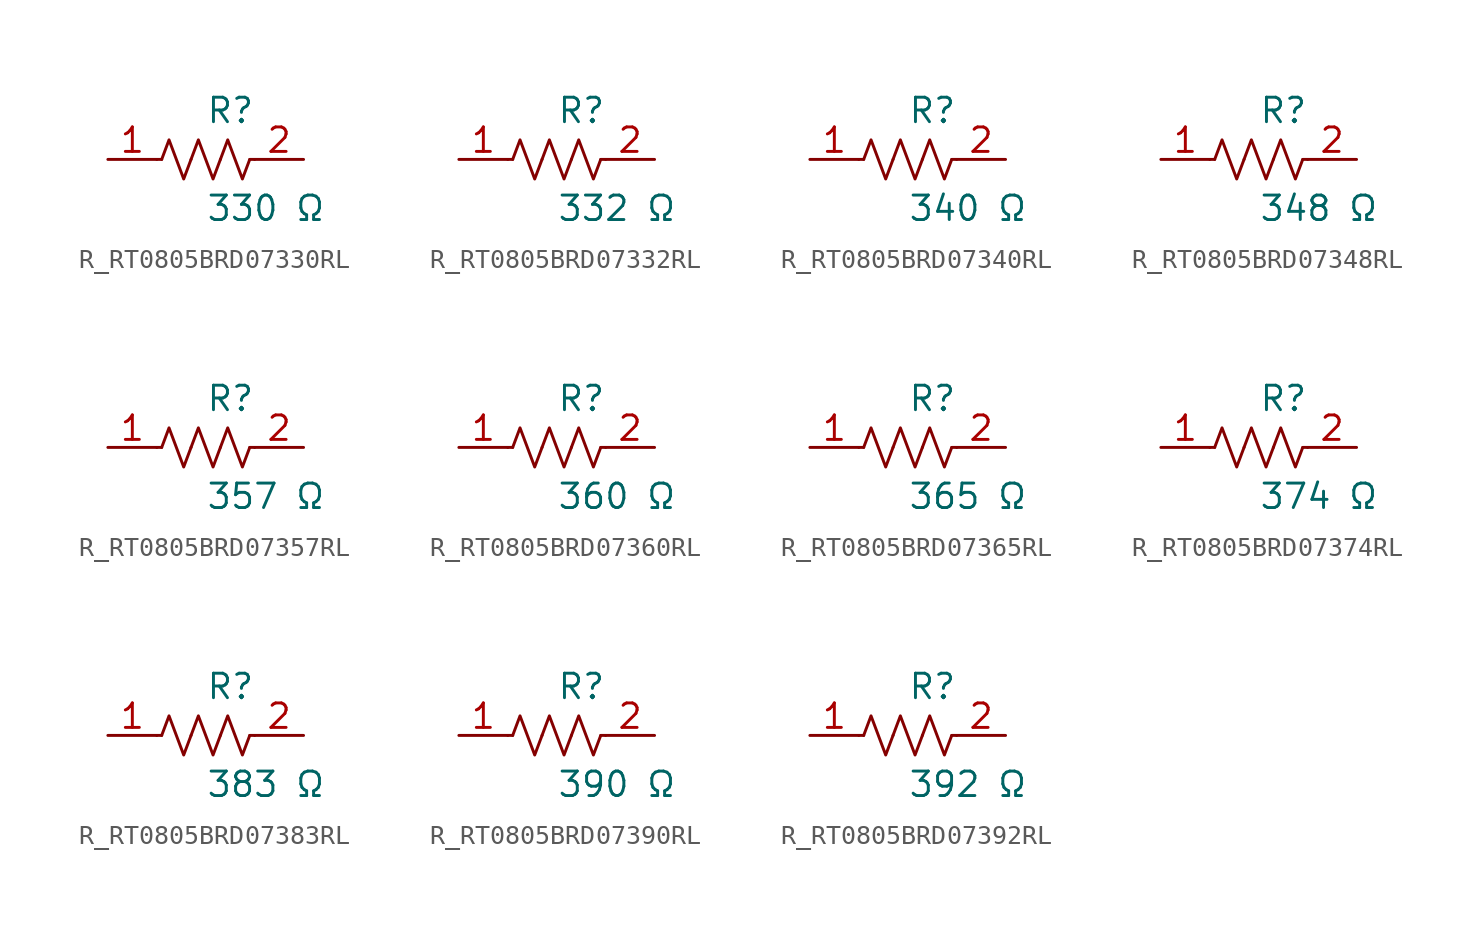
<source format=kicad_sym>
(kicad_symbol_lib
  (version 20231120)
  (generator kicad_symbol_editor)
  (generator_version 8.0)
  (symbol "R_RT0805BRD07330RL"
    (pin_names
      (offset 0.254))
    (property "Reference" "R"
      (at 0.0 2.54 0)
      (effects (font (size 1.27 1.27)) (justify left)))
    (property "Value" "330 Ω"
      (at 0.0 -2.54 0)
      (effects (font (size 1.27 1.27)) (justify left)))
    (symbol "R_RT0805BRD07330RL_0_1"
      (polyline (pts (xy 2.286 0) (xy 2.54 0)) (stroke (width 0) (type default)) (fill (type none)))
      (polyline (pts (xy -2.286 0) (xy -2.54 0)) (stroke (width 0) (type default)) (fill (type none)))
      (polyline (pts (xy 0.762 0) (xy 1.143 1.016) (xy 1.524 0) (xy 1.905 -1.016) (xy 2.286 0)) (stroke (width 0) (type default)) (fill (type none)))
      (polyline (pts (xy -0.762 0) (xy -0.381 1.016) (xy 0 0) (xy 0.381 -1.016) (xy 0.762 0)) (stroke (width 0) (type default)) (fill (type none)))
      (polyline (pts (xy -2.286 0) (xy -1.905 1.016) (xy -1.524 0) (xy -1.143 -1.016) (xy -0.762 0)) (stroke (width 0) (type default)) (fill (type none))))
    (pin unspecified line
      (at -5.08 0 0)
      (length 2.54)
      (name "" (effects (font (size 1.27 1.27))))
      (number "1" (effects (font (size 1.27 1.27)))))
    (pin unspecified line
      (at 5.08 0 180)
      (length 2.54)
      (name "" (effects (font (size 1.27 1.27))))
      (number "2" (effects (font (size 1.27 1.27))))))
  (symbol "R_RT0805BRD07332RL"
    (pin_names
      (offset 0.254))
    (property "Reference" "R"
      (at 0.0 2.54 0)
      (effects (font (size 1.27 1.27)) (justify left)))
    (property "Value" "332 Ω"
      (at 0.0 -2.54 0)
      (effects (font (size 1.27 1.27)) (justify left)))
    (symbol "R_RT0805BRD07332RL_0_1"
      (polyline (pts (xy 2.286 0) (xy 2.54 0)) (stroke (width 0) (type default)) (fill (type none)))
      (polyline (pts (xy -2.286 0) (xy -2.54 0)) (stroke (width 0) (type default)) (fill (type none)))
      (polyline (pts (xy 0.762 0) (xy 1.143 1.016) (xy 1.524 0) (xy 1.905 -1.016) (xy 2.286 0)) (stroke (width 0) (type default)) (fill (type none)))
      (polyline (pts (xy -0.762 0) (xy -0.381 1.016) (xy 0 0) (xy 0.381 -1.016) (xy 0.762 0)) (stroke (width 0) (type default)) (fill (type none)))
      (polyline (pts (xy -2.286 0) (xy -1.905 1.016) (xy -1.524 0) (xy -1.143 -1.016) (xy -0.762 0)) (stroke (width 0) (type default)) (fill (type none))))
    (pin unspecified line
      (at -5.08 0 0)
      (length 2.54)
      (name "" (effects (font (size 1.27 1.27))))
      (number "1" (effects (font (size 1.27 1.27)))))
    (pin unspecified line
      (at 5.08 0 180)
      (length 2.54)
      (name "" (effects (font (size 1.27 1.27))))
      (number "2" (effects (font (size 1.27 1.27))))))
  (symbol "R_RT0805BRD07340RL"
    (pin_names
      (offset 0.254))
    (property "Reference" "R"
      (at 0.0 2.54 0)
      (effects (font (size 1.27 1.27)) (justify left)))
    (property "Value" "340 Ω"
      (at 0.0 -2.54 0)
      (effects (font (size 1.27 1.27)) (justify left)))
    (symbol "R_RT0805BRD07340RL_0_1"
      (polyline (pts (xy 2.286 0) (xy 2.54 0)) (stroke (width 0) (type default)) (fill (type none)))
      (polyline (pts (xy -2.286 0) (xy -2.54 0)) (stroke (width 0) (type default)) (fill (type none)))
      (polyline (pts (xy 0.762 0) (xy 1.143 1.016) (xy 1.524 0) (xy 1.905 -1.016) (xy 2.286 0)) (stroke (width 0) (type default)) (fill (type none)))
      (polyline (pts (xy -0.762 0) (xy -0.381 1.016) (xy 0 0) (xy 0.381 -1.016) (xy 0.762 0)) (stroke (width 0) (type default)) (fill (type none)))
      (polyline (pts (xy -2.286 0) (xy -1.905 1.016) (xy -1.524 0) (xy -1.143 -1.016) (xy -0.762 0)) (stroke (width 0) (type default)) (fill (type none))))
    (pin unspecified line
      (at -5.08 0 0)
      (length 2.54)
      (name "" (effects (font (size 1.27 1.27))))
      (number "1" (effects (font (size 1.27 1.27)))))
    (pin unspecified line
      (at 5.08 0 180)
      (length 2.54)
      (name "" (effects (font (size 1.27 1.27))))
      (number "2" (effects (font (size 1.27 1.27))))))
  (symbol "R_RT0805BRD07348RL"
    (pin_names
      (offset 0.254))
    (property "Reference" "R"
      (at 0.0 2.54 0)
      (effects (font (size 1.27 1.27)) (justify left)))
    (property "Value" "348 Ω"
      (at 0.0 -2.54 0)
      (effects (font (size 1.27 1.27)) (justify left)))
    (symbol "R_RT0805BRD07348RL_0_1"
      (polyline (pts (xy 2.286 0) (xy 2.54 0)) (stroke (width 0) (type default)) (fill (type none)))
      (polyline (pts (xy -2.286 0) (xy -2.54 0)) (stroke (width 0) (type default)) (fill (type none)))
      (polyline (pts (xy 0.762 0) (xy 1.143 1.016) (xy 1.524 0) (xy 1.905 -1.016) (xy 2.286 0)) (stroke (width 0) (type default)) (fill (type none)))
      (polyline (pts (xy -0.762 0) (xy -0.381 1.016) (xy 0 0) (xy 0.381 -1.016) (xy 0.762 0)) (stroke (width 0) (type default)) (fill (type none)))
      (polyline (pts (xy -2.286 0) (xy -1.905 1.016) (xy -1.524 0) (xy -1.143 -1.016) (xy -0.762 0)) (stroke (width 0) (type default)) (fill (type none))))
    (pin unspecified line
      (at -5.08 0 0)
      (length 2.54)
      (name "" (effects (font (size 1.27 1.27))))
      (number "1" (effects (font (size 1.27 1.27)))))
    (pin unspecified line
      (at 5.08 0 180)
      (length 2.54)
      (name "" (effects (font (size 1.27 1.27))))
      (number "2" (effects (font (size 1.27 1.27))))))
  (symbol "R_RT0805BRD07357RL"
    (pin_names
      (offset 0.254))
    (property "Reference" "R"
      (at 0.0 2.54 0)
      (effects (font (size 1.27 1.27)) (justify left)))
    (property "Value" "357 Ω"
      (at 0.0 -2.54 0)
      (effects (font (size 1.27 1.27)) (justify left)))
    (symbol "R_RT0805BRD07357RL_0_1"
      (polyline (pts (xy 2.286 0) (xy 2.54 0)) (stroke (width 0) (type default)) (fill (type none)))
      (polyline (pts (xy -2.286 0) (xy -2.54 0)) (stroke (width 0) (type default)) (fill (type none)))
      (polyline (pts (xy 0.762 0) (xy 1.143 1.016) (xy 1.524 0) (xy 1.905 -1.016) (xy 2.286 0)) (stroke (width 0) (type default)) (fill (type none)))
      (polyline (pts (xy -0.762 0) (xy -0.381 1.016) (xy 0 0) (xy 0.381 -1.016) (xy 0.762 0)) (stroke (width 0) (type default)) (fill (type none)))
      (polyline (pts (xy -2.286 0) (xy -1.905 1.016) (xy -1.524 0) (xy -1.143 -1.016) (xy -0.762 0)) (stroke (width 0) (type default)) (fill (type none))))
    (pin unspecified line
      (at -5.08 0 0)
      (length 2.54)
      (name "" (effects (font (size 1.27 1.27))))
      (number "1" (effects (font (size 1.27 1.27)))))
    (pin unspecified line
      (at 5.08 0 180)
      (length 2.54)
      (name "" (effects (font (size 1.27 1.27))))
      (number "2" (effects (font (size 1.27 1.27))))))
  (symbol "R_RT0805BRD07360RL"
    (pin_names
      (offset 0.254))
    (property "Reference" "R"
      (at 0.0 2.54 0)
      (effects (font (size 1.27 1.27)) (justify left)))
    (property "Value" "360 Ω"
      (at 0.0 -2.54 0)
      (effects (font (size 1.27 1.27)) (justify left)))
    (symbol "R_RT0805BRD07360RL_0_1"
      (polyline (pts (xy 2.286 0) (xy 2.54 0)) (stroke (width 0) (type default)) (fill (type none)))
      (polyline (pts (xy -2.286 0) (xy -2.54 0)) (stroke (width 0) (type default)) (fill (type none)))
      (polyline (pts (xy 0.762 0) (xy 1.143 1.016) (xy 1.524 0) (xy 1.905 -1.016) (xy 2.286 0)) (stroke (width 0) (type default)) (fill (type none)))
      (polyline (pts (xy -0.762 0) (xy -0.381 1.016) (xy 0 0) (xy 0.381 -1.016) (xy 0.762 0)) (stroke (width 0) (type default)) (fill (type none)))
      (polyline (pts (xy -2.286 0) (xy -1.905 1.016) (xy -1.524 0) (xy -1.143 -1.016) (xy -0.762 0)) (stroke (width 0) (type default)) (fill (type none))))
    (pin unspecified line
      (at -5.08 0 0)
      (length 2.54)
      (name "" (effects (font (size 1.27 1.27))))
      (number "1" (effects (font (size 1.27 1.27)))))
    (pin unspecified line
      (at 5.08 0 180)
      (length 2.54)
      (name "" (effects (font (size 1.27 1.27))))
      (number "2" (effects (font (size 1.27 1.27))))))
  (symbol "R_RT0805BRD07365RL"
    (pin_names
      (offset 0.254))
    (property "Reference" "R"
      (at 0.0 2.54 0)
      (effects (font (size 1.27 1.27)) (justify left)))
    (property "Value" "365 Ω"
      (at 0.0 -2.54 0)
      (effects (font (size 1.27 1.27)) (justify left)))
    (symbol "R_RT0805BRD07365RL_0_1"
      (polyline (pts (xy 2.286 0) (xy 2.54 0)) (stroke (width 0) (type default)) (fill (type none)))
      (polyline (pts (xy -2.286 0) (xy -2.54 0)) (stroke (width 0) (type default)) (fill (type none)))
      (polyline (pts (xy 0.762 0) (xy 1.143 1.016) (xy 1.524 0) (xy 1.905 -1.016) (xy 2.286 0)) (stroke (width 0) (type default)) (fill (type none)))
      (polyline (pts (xy -0.762 0) (xy -0.381 1.016) (xy 0 0) (xy 0.381 -1.016) (xy 0.762 0)) (stroke (width 0) (type default)) (fill (type none)))
      (polyline (pts (xy -2.286 0) (xy -1.905 1.016) (xy -1.524 0) (xy -1.143 -1.016) (xy -0.762 0)) (stroke (width 0) (type default)) (fill (type none))))
    (pin unspecified line
      (at -5.08 0 0)
      (length 2.54)
      (name "" (effects (font (size 1.27 1.27))))
      (number "1" (effects (font (size 1.27 1.27)))))
    (pin unspecified line
      (at 5.08 0 180)
      (length 2.54)
      (name "" (effects (font (size 1.27 1.27))))
      (number "2" (effects (font (size 1.27 1.27))))))
  (symbol "R_RT0805BRD07374RL"
    (pin_names
      (offset 0.254))
    (property "Reference" "R"
      (at 0.0 2.54 0)
      (effects (font (size 1.27 1.27)) (justify left)))
    (property "Value" "374 Ω"
      (at 0.0 -2.54 0)
      (effects (font (size 1.27 1.27)) (justify left)))
    (symbol "R_RT0805BRD07374RL_0_1"
      (polyline (pts (xy 2.286 0) (xy 2.54 0)) (stroke (width 0) (type default)) (fill (type none)))
      (polyline (pts (xy -2.286 0) (xy -2.54 0)) (stroke (width 0) (type default)) (fill (type none)))
      (polyline (pts (xy 0.762 0) (xy 1.143 1.016) (xy 1.524 0) (xy 1.905 -1.016) (xy 2.286 0)) (stroke (width 0) (type default)) (fill (type none)))
      (polyline (pts (xy -0.762 0) (xy -0.381 1.016) (xy 0 0) (xy 0.381 -1.016) (xy 0.762 0)) (stroke (width 0) (type default)) (fill (type none)))
      (polyline (pts (xy -2.286 0) (xy -1.905 1.016) (xy -1.524 0) (xy -1.143 -1.016) (xy -0.762 0)) (stroke (width 0) (type default)) (fill (type none))))
    (pin unspecified line
      (at -5.08 0 0)
      (length 2.54)
      (name "" (effects (font (size 1.27 1.27))))
      (number "1" (effects (font (size 1.27 1.27)))))
    (pin unspecified line
      (at 5.08 0 180)
      (length 2.54)
      (name "" (effects (font (size 1.27 1.27))))
      (number "2" (effects (font (size 1.27 1.27))))))
  (symbol "R_RT0805BRD07383RL"
    (pin_names
      (offset 0.254))
    (property "Reference" "R"
      (at 0.0 2.54 0)
      (effects (font (size 1.27 1.27)) (justify left)))
    (property "Value" "383 Ω"
      (at 0.0 -2.54 0)
      (effects (font (size 1.27 1.27)) (justify left)))
    (symbol "R_RT0805BRD07383RL_0_1"
      (polyline (pts (xy 2.286 0) (xy 2.54 0)) (stroke (width 0) (type default)) (fill (type none)))
      (polyline (pts (xy -2.286 0) (xy -2.54 0)) (stroke (width 0) (type default)) (fill (type none)))
      (polyline (pts (xy 0.762 0) (xy 1.143 1.016) (xy 1.524 0) (xy 1.905 -1.016) (xy 2.286 0)) (stroke (width 0) (type default)) (fill (type none)))
      (polyline (pts (xy -0.762 0) (xy -0.381 1.016) (xy 0 0) (xy 0.381 -1.016) (xy 0.762 0)) (stroke (width 0) (type default)) (fill (type none)))
      (polyline (pts (xy -2.286 0) (xy -1.905 1.016) (xy -1.524 0) (xy -1.143 -1.016) (xy -0.762 0)) (stroke (width 0) (type default)) (fill (type none))))
    (pin unspecified line
      (at -5.08 0 0)
      (length 2.54)
      (name "" (effects (font (size 1.27 1.27))))
      (number "1" (effects (font (size 1.27 1.27)))))
    (pin unspecified line
      (at 5.08 0 180)
      (length 2.54)
      (name "" (effects (font (size 1.27 1.27))))
      (number "2" (effects (font (size 1.27 1.27))))))
  (symbol "R_RT0805BRD07390RL"
    (pin_names
      (offset 0.254))
    (property "Reference" "R"
      (at 0.0 2.54 0)
      (effects (font (size 1.27 1.27)) (justify left)))
    (property "Value" "390 Ω"
      (at 0.0 -2.54 0)
      (effects (font (size 1.27 1.27)) (justify left)))
    (symbol "R_RT0805BRD07390RL_0_1"
      (polyline (pts (xy 2.286 0) (xy 2.54 0)) (stroke (width 0) (type default)) (fill (type none)))
      (polyline (pts (xy -2.286 0) (xy -2.54 0)) (stroke (width 0) (type default)) (fill (type none)))
      (polyline (pts (xy 0.762 0) (xy 1.143 1.016) (xy 1.524 0) (xy 1.905 -1.016) (xy 2.286 0)) (stroke (width 0) (type default)) (fill (type none)))
      (polyline (pts (xy -0.762 0) (xy -0.381 1.016) (xy 0 0) (xy 0.381 -1.016) (xy 0.762 0)) (stroke (width 0) (type default)) (fill (type none)))
      (polyline (pts (xy -2.286 0) (xy -1.905 1.016) (xy -1.524 0) (xy -1.143 -1.016) (xy -0.762 0)) (stroke (width 0) (type default)) (fill (type none))))
    (pin unspecified line
      (at -5.08 0 0)
      (length 2.54)
      (name "" (effects (font (size 1.27 1.27))))
      (number "1" (effects (font (size 1.27 1.27)))))
    (pin unspecified line
      (at 5.08 0 180)
      (length 2.54)
      (name "" (effects (font (size 1.27 1.27))))
      (number "2" (effects (font (size 1.27 1.27))))))
  (symbol "R_RT0805BRD07392RL"
    (pin_names
      (offset 0.254))
    (property "Reference" "R"
      (at 0.0 2.54 0)
      (effects (font (size 1.27 1.27)) (justify left)))
    (property "Value" "392 Ω"
      (at 0.0 -2.54 0)
      (effects (font (size 1.27 1.27)) (justify left)))
    (symbol "R_RT0805BRD07392RL_0_1"
      (polyline (pts (xy 2.286 0) (xy 2.54 0)) (stroke (width 0) (type default)) (fill (type none)))
      (polyline (pts (xy -2.286 0) (xy -2.54 0)) (stroke (width 0) (type default)) (fill (type none)))
      (polyline (pts (xy 0.762 0) (xy 1.143 1.016) (xy 1.524 0) (xy 1.905 -1.016) (xy 2.286 0)) (stroke (width 0) (type default)) (fill (type none)))
      (polyline (pts (xy -0.762 0) (xy -0.381 1.016) (xy 0 0) (xy 0.381 -1.016) (xy 0.762 0)) (stroke (width 0) (type default)) (fill (type none)))
      (polyline (pts (xy -2.286 0) (xy -1.905 1.016) (xy -1.524 0) (xy -1.143 -1.016) (xy -0.762 0)) (stroke (width 0) (type default)) (fill (type none))))
    (pin unspecified line
      (at -5.08 0 0)
      (length 2.54)
      (name "" (effects (font (size 1.27 1.27))))
      (number "1" (effects (font (size 1.27 1.27)))))
    (pin unspecified line
      (at 5.08 0 180)
      (length 2.54)
      (name "" (effects (font (size 1.27 1.27))))
      (number "2" (effects (font (size 1.27 1.27)))))))
</source>
